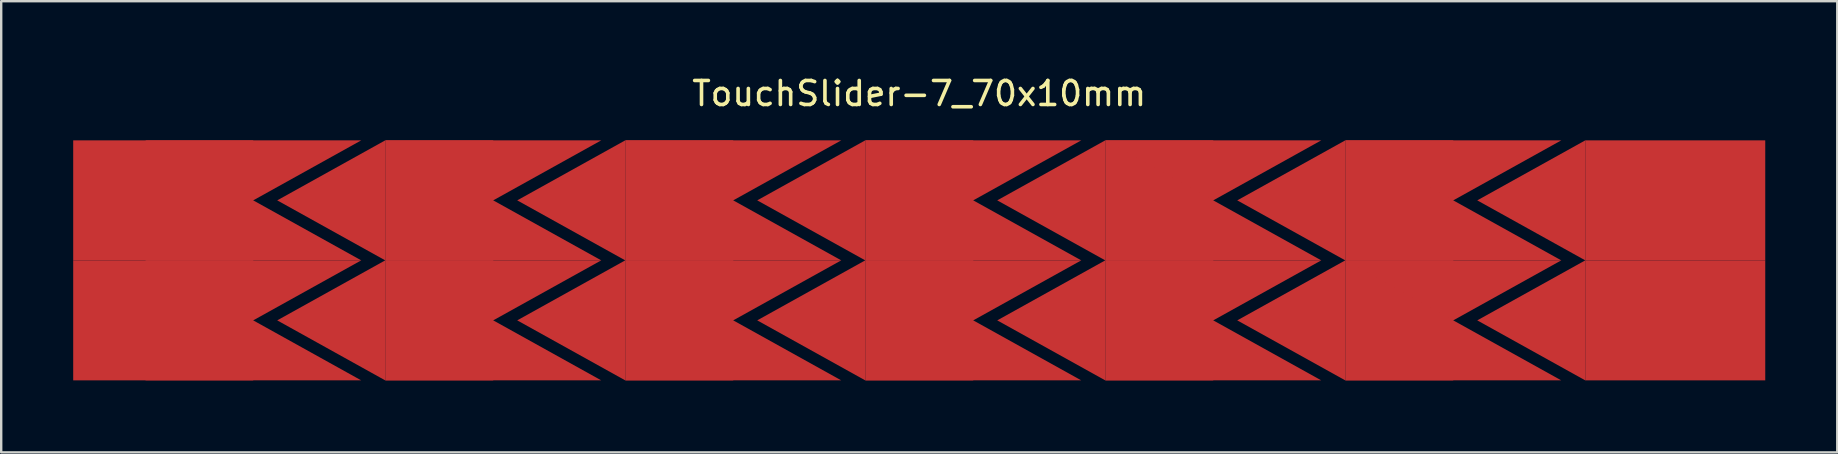
<source format=kicad_pcb>
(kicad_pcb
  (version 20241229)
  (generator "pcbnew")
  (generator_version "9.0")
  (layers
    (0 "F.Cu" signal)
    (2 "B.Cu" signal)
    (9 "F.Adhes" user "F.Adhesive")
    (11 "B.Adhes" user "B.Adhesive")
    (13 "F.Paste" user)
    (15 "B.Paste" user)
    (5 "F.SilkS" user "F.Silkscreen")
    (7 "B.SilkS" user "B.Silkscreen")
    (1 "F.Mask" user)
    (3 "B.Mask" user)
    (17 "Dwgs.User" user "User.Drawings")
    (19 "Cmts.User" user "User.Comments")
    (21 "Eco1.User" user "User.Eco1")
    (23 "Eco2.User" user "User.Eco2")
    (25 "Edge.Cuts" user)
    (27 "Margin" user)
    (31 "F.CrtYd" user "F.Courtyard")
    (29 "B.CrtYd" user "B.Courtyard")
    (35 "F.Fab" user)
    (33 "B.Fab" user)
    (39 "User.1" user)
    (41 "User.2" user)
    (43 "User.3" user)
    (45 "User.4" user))
  (footprint "TouchSlider-7_70x10mm"
    (layer "F.Cu")
    (at 35.25 7.798)
    (property "Reference" "TouchSlider-7_70x10mm" (at 0 -6.95 0) (layer "F.SilkS") (effects (font (size 1 1) (thickness 0.15))))
    (attr through_hole)
    (pad "1" smd rect (at -31.5 -2.5) (size 7.5 5) (layers "F.Cu" "F.Mask"))
    (pad "1" smd rect (at -31.5 2.5) (size 7.5 5) (layers "F.Cu" "F.Mask"))
    (pad "1" smd trapezoid (at -27.75 -3.75) (size 4.5 2.5) (rect_delta 0 -4.5) (layers "F.Cu" "F.Mask"))
    (pad "1" smd trapezoid (at -27.75 -1.25) (size 4.5 2.5) (rect_delta 0 4.5) (layers "F.Cu" "F.Mask"))
    (pad "1" smd trapezoid (at -27.75 1.25) (size 4.5 2.5) (rect_delta 0 -4.5) (layers "F.Cu" "F.Mask"))
    (pad "1" smd trapezoid (at -27.75 3.75) (size 4.5 2.5) (rect_delta 0 4.5) (layers "F.Cu" "F.Mask"))
    (pad "2" smd trapezoid (at -24.5 -2.5) (size 4.5 2.5) (rect_delta -2.5 0) (layers "F.Cu" "F.Mask"))
    (pad "2" smd trapezoid (at -24.5 2.5) (size 4.5 2.5) (rect_delta -2.5 0) (layers "F.Cu" "F.Mask"))
    (pad "2" smd rect (at -20 -2.5) (size 4.5 5) (layers "F.Cu" "F.Mask"))
    (pad "2" smd rect (at -20 2.5) (size 4.5 5) (layers "F.Cu" "F.Mask"))
    (pad "2" smd trapezoid (at -17.75 -3.75) (size 4.5 2.5) (rect_delta 0 -4.5) (layers "F.Cu" "F.Mask"))
    (pad "2" smd trapezoid (at -17.75 -1.25) (size 4.5 2.5) (rect_delta 0 4.5) (layers "F.Cu" "F.Mask"))
    (pad "2" smd trapezoid (at -17.75 1.25) (size 4.5 2.5) (rect_delta 0 -4.5) (layers "F.Cu" "F.Mask"))
    (pad "2" smd trapezoid (at -17.75 3.75) (size 4.5 2.5) (rect_delta 0 4.5) (layers "F.Cu" "F.Mask"))
    (pad "3" smd trapezoid (at -14.5 -2.5) (size 4.5 2.5) (rect_delta -2.5 0) (layers "F.Cu" "F.Mask"))
    (pad "3" smd trapezoid (at -14.5 2.5) (size 4.5 2.5) (rect_delta -2.5 0) (layers "F.Cu" "F.Mask"))
    (pad "3" smd rect (at -10 -2.5) (size 4.5 5) (layers "F.Cu" "F.Mask"))
    (pad "3" smd rect (at -10 2.5) (size 4.5 5) (layers "F.Cu" "F.Mask"))
    (pad "3" smd trapezoid (at -7.75 -3.75) (size 4.5 2.5) (rect_delta 0 -4.5) (layers "F.Cu" "F.Mask"))
    (pad "3" smd trapezoid (at -7.75 -1.25) (size 4.5 2.5) (rect_delta 0 4.5) (layers "F.Cu" "F.Mask"))
    (pad "3" smd trapezoid (at -7.75 1.25) (size 4.5 2.5) (rect_delta 0 -4.5) (layers "F.Cu" "F.Mask"))
    (pad "3" smd trapezoid (at -7.75 3.75) (size 4.5 2.5) (rect_delta 0 4.5) (layers "F.Cu" "F.Mask"))
    (pad "4" smd trapezoid (at -4.5 -2.5) (size 4.5 2.5) (rect_delta -2.5 0) (layers "F.Cu" "F.Mask"))
    (pad "4" smd trapezoid (at -4.5 2.5) (size 4.5 2.5) (rect_delta -2.5 0) (layers "F.Cu" "F.Mask"))
    (pad "4" smd rect (at 0 -2.5) (size 4.5 5) (layers "F.Cu" "F.Mask"))
    (pad "4" smd rect (at 0 2.5) (size 4.5 5) (layers "F.Cu" "F.Mask"))
    (pad "4" smd trapezoid (at 2.25 -3.75) (size 4.5 2.5) (rect_delta 0 -4.5) (layers "F.Cu" "F.Mask"))
    (pad "4" smd trapezoid (at 2.25 -1.25) (size 4.5 2.5) (rect_delta 0 4.5) (layers "F.Cu" "F.Mask"))
    (pad "4" smd trapezoid (at 2.25 1.25) (size 4.5 2.5) (rect_delta 0 -4.5) (layers "F.Cu" "F.Mask"))
    (pad "4" smd trapezoid (at 2.25 3.75) (size 4.5 2.5) (rect_delta 0 4.5) (layers "F.Cu" "F.Mask"))
    (pad "5" smd trapezoid (at 5.5 -2.5) (size 4.5 2.5) (rect_delta -2.5 0) (layers "F.Cu" "F.Mask"))
    (pad "5" smd trapezoid (at 5.5 2.5) (size 4.5 2.5) (rect_delta -2.5 0) (layers "F.Cu" "F.Mask"))
    (pad "5" smd rect (at 10 -2.5) (size 4.5 5) (layers "F.Cu" "F.Mask"))
    (pad "5" smd rect (at 10 2.5) (size 4.5 5) (layers "F.Cu" "F.Mask"))
    (pad "5" smd trapezoid (at 12.25 -3.75) (size 4.5 2.5) (rect_delta 0 -4.5) (layers "F.Cu" "F.Mask"))
    (pad "5" smd trapezoid (at 12.25 -1.25) (size 4.5 2.5) (rect_delta 0 4.5) (layers "F.Cu" "F.Mask"))
    (pad "5" smd trapezoid (at 12.25 1.25) (size 4.5 2.5) (rect_delta 0 -4.5) (layers "F.Cu" "F.Mask"))
    (pad "5" smd trapezoid (at 12.25 3.75) (size 4.5 2.5) (rect_delta 0 4.5) (layers "F.Cu" "F.Mask"))
    (pad "6" smd trapezoid (at 15.5 -2.5) (size 4.5 2.5) (rect_delta -2.5 0) (layers "F.Cu" "F.Mask"))
    (pad "6" smd trapezoid (at 15.5 2.5) (size 4.5 2.5) (rect_delta -2.5 0) (layers "F.Cu" "F.Mask"))
    (pad "6" smd rect (at 20 -2.5) (size 4.5 5) (layers "F.Cu" "F.Mask"))
    (pad "6" smd rect (at 20 2.5) (size 4.5 5) (layers "F.Cu" "F.Mask"))
    (pad "6" smd trapezoid (at 22.25 -3.75) (size 4.5 2.5) (rect_delta 0 -4.5) (layers "F.Cu" "F.Mask"))
    (pad "6" smd trapezoid (at 22.25 -1.25) (size 4.5 2.5) (rect_delta 0 4.5) (layers "F.Cu" "F.Mask"))
    (pad "6" smd trapezoid (at 22.25 1.25) (size 4.5 2.5) (rect_delta 0 -4.5) (layers "F.Cu" "F.Mask"))
    (pad "6" smd trapezoid (at 22.25 3.75) (size 4.5 2.5) (rect_delta 0 4.5) (layers "F.Cu" "F.Mask"))
    (pad "7" smd trapezoid (at 25.5 -2.5) (size 4.5 2.5) (rect_delta -2.5 0) (layers "F.Cu" "F.Mask"))
    (pad "7" smd trapezoid (at 25.5 2.5) (size 4.5 2.5) (rect_delta -2.5 0) (layers "F.Cu" "F.Mask"))
    (pad "7" smd rect (at 31.5 -2.5) (size 7.5 5) (layers "F.Cu" "F.Mask"))
    (pad "7" smd rect (at 31.5 2.5) (size 7.5 5) (layers "F.Cu" "F.Mask")))
  (gr_rect
    (start -3 -3)
    (end 73.5 15.798)
    (stroke (width 0.1) (type default))
    (fill no)
    (layer "Edge.Cuts")))
</source>
